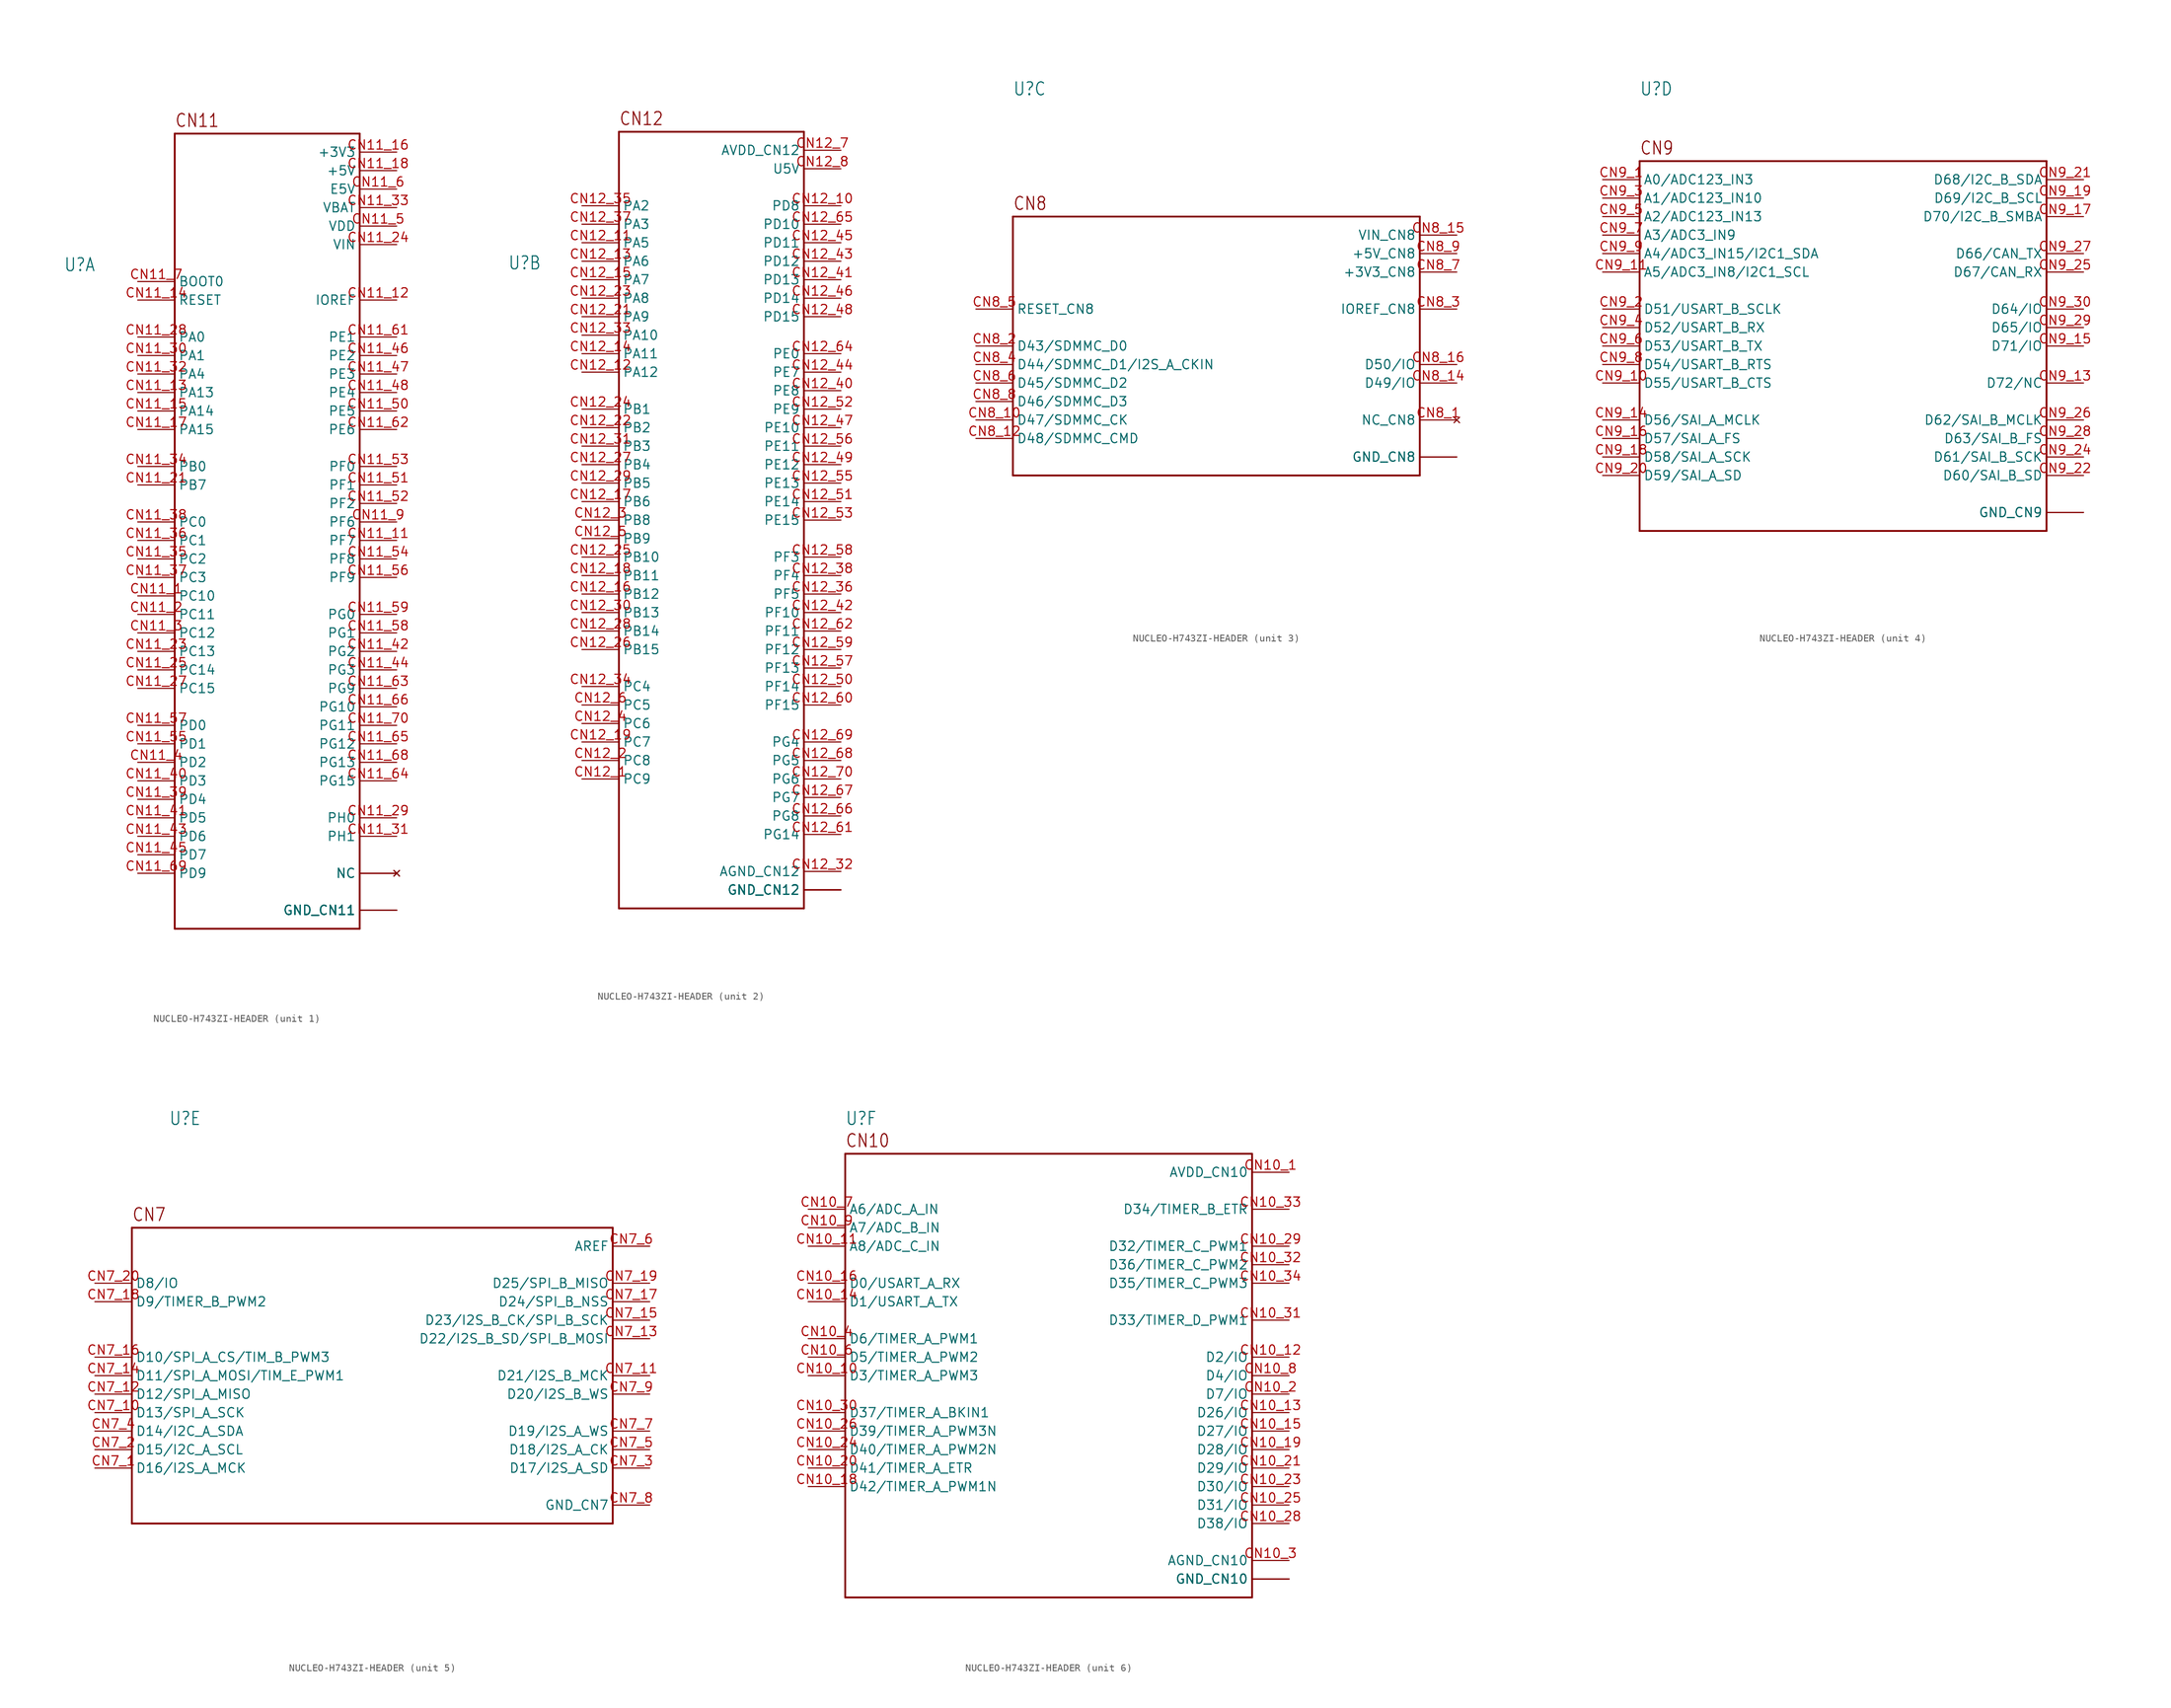
<source format=kicad_sym>
(kicad_symbol_lib
  (version 20220914)
  (generator kicad_symbol_editor)
  (symbol "NUCLEO-H743ZI-HEADER"
    (property "Reference" "U"
      (at -27.94 34.29 0)
      (effects (font (size 1.778 1.511)) (justify left bottom)))
    (property "Value" ""
      (at -27.94 -31.75 0)
      (effects (font (size 1.778 1.511)) (justify left top)))
    (property "ki_locked" ""
      (at 0 0 0)
      (effects (font (size 1.27 1.27))))
    (symbol "NUCLEO-H743ZI-HEADER_1_0"
      (polyline (pts (xy -12.7 -55.88) (xy 12.7 -55.88)) (stroke (width 0.254) (type solid)) (fill (type none)))
      (polyline (pts (xy -12.7 53.34) (xy -12.7 -55.88)) (stroke (width 0.254) (type solid)) (fill (type none)))
      (polyline (pts (xy 12.7 -55.88) (xy 12.7 53.34)) (stroke (width 0.254) (type solid)) (fill (type none)))
      (polyline (pts (xy 12.7 53.34) (xy -12.7 53.34)) (stroke (width 0.254) (type solid)) (fill (type none)))
      (text "CN11" (at -12.7 54.102 0) (effects (font (size 1.778 1.511)) (justify left bottom)))
      (pin bidirectional line (at -17.78 -10.16 0) (length 5.08) (name "PC10" (effects (font (size 1.27 1.27)))) (number "CN11_1" (effects (font (size 1.27 1.27)))))
      (pin no_connect line (at 17.78 -48.26 180) (length 5.08) (name "NC" (effects (font (size 1.27 1.27)))) (number "CN11_10" (effects (font (size 0 0)))))
      (pin bidirectional line (at 17.78 -2.54 180) (length 5.08) (name "PF7" (effects (font (size 1.27 1.27)))) (number "CN11_11" (effects (font (size 1.27 1.27)))))
      (pin bidirectional line (at 17.78 30.48 180) (length 5.08) (name "IOREF" (effects (font (size 1.27 1.27)))) (number "CN11_12" (effects (font (size 1.27 1.27)))))
      (pin bidirectional line (at -17.78 17.78 0) (length 5.08) (name "PA13" (effects (font (size 1.27 1.27)))) (number "CN11_13" (effects (font (size 1.27 1.27)))))
      (pin bidirectional line (at -17.78 30.48 0) (length 5.08) (name "RESET" (effects (font (size 1.27 1.27)))) (number "CN11_14" (effects (font (size 1.27 1.27)))))
      (pin bidirectional line (at -17.78 15.24 0) (length 5.08) (name "PA14" (effects (font (size 1.27 1.27)))) (number "CN11_15" (effects (font (size 1.27 1.27)))))
      (pin power_in line (at 17.78 50.8 180) (length 5.08) (name "+3V3" (effects (font (size 1.27 1.27)))) (number "CN11_16" (effects (font (size 1.27 1.27)))))
      (pin bidirectional line (at -17.78 12.7 0) (length 5.08) (name "PA15" (effects (font (size 1.27 1.27)))) (number "CN11_17" (effects (font (size 1.27 1.27)))))
      (pin power_in line (at 17.78 48.26 180) (length 5.08) (name "+5V" (effects (font (size 1.27 1.27)))) (number "CN11_18" (effects (font (size 1.27 1.27)))))
      (pin power_in line (at 17.78 -53.34 180) (length 5.08) (name "GND_CN11" (effects (font (size 1.27 1.27)))) (number "CN11_19" (effects (font (size 0 0)))))
      (pin bidirectional line (at -17.78 -12.7 0) (length 5.08) (name "PC11" (effects (font (size 1.27 1.27)))) (number "CN11_2" (effects (font (size 1.27 1.27)))))
      (pin power_in line (at 17.78 -53.34 180) (length 5.08) (name "GND_CN11" (effects (font (size 1.27 1.27)))) (number "CN11_20" (effects (font (size 0 0)))))
      (pin bidirectional line (at -17.78 5.08 0) (length 5.08) (name "PB7" (effects (font (size 1.27 1.27)))) (number "CN11_21" (effects (font (size 1.27 1.27)))))
      (pin power_in line (at 17.78 -53.34 180) (length 5.08) (name "GND_CN11" (effects (font (size 1.27 1.27)))) (number "CN11_22" (effects (font (size 0 0)))))
      (pin bidirectional line (at -17.78 -17.78 0) (length 5.08) (name "PC13" (effects (font (size 1.27 1.27)))) (number "CN11_23" (effects (font (size 1.27 1.27)))))
      (pin power_in line (at 17.78 38.1 180) (length 5.08) (name "VIN" (effects (font (size 1.27 1.27)))) (number "CN11_24" (effects (font (size 1.27 1.27)))))
      (pin bidirectional line (at -17.78 -20.32 0) (length 5.08) (name "PC14" (effects (font (size 1.27 1.27)))) (number "CN11_25" (effects (font (size 1.27 1.27)))))
      (pin no_connect line (at 17.78 -48.26 180) (length 5.08) (name "NC" (effects (font (size 1.27 1.27)))) (number "CN11_26" (effects (font (size 0 0)))))
      (pin bidirectional line (at -17.78 -22.86 0) (length 5.08) (name "PC15" (effects (font (size 1.27 1.27)))) (number "CN11_27" (effects (font (size 1.27 1.27)))))
      (pin bidirectional line (at -17.78 25.4 0) (length 5.08) (name "PA0" (effects (font (size 1.27 1.27)))) (number "CN11_28" (effects (font (size 1.27 1.27)))))
      (pin bidirectional line (at 17.78 -40.64 180) (length 5.08) (name "PH0" (effects (font (size 1.27 1.27)))) (number "CN11_29" (effects (font (size 1.27 1.27)))))
      (pin bidirectional line (at -17.78 -15.24 0) (length 5.08) (name "PC12" (effects (font (size 1.27 1.27)))) (number "CN11_3" (effects (font (size 1.27 1.27)))))
      (pin bidirectional line (at -17.78 22.86 0) (length 5.08) (name "PA1" (effects (font (size 1.27 1.27)))) (number "CN11_30" (effects (font (size 1.27 1.27)))))
      (pin bidirectional line (at 17.78 -43.18 180) (length 5.08) (name "PH1" (effects (font (size 1.27 1.27)))) (number "CN11_31" (effects (font (size 1.27 1.27)))))
      (pin bidirectional line (at -17.78 20.32 0) (length 5.08) (name "PA4" (effects (font (size 1.27 1.27)))) (number "CN11_32" (effects (font (size 1.27 1.27)))))
      (pin power_in line (at 17.78 43.18 180) (length 5.08) (name "VBAT" (effects (font (size 1.27 1.27)))) (number "CN11_33" (effects (font (size 1.27 1.27)))))
      (pin bidirectional line (at -17.78 7.62 0) (length 5.08) (name "PB0" (effects (font (size 1.27 1.27)))) (number "CN11_34" (effects (font (size 1.27 1.27)))))
      (pin bidirectional line (at -17.78 -5.08 0) (length 5.08) (name "PC2" (effects (font (size 1.27 1.27)))) (number "CN11_35" (effects (font (size 1.27 1.27)))))
      (pin bidirectional line (at -17.78 -2.54 0) (length 5.08) (name "PC1" (effects (font (size 1.27 1.27)))) (number "CN11_36" (effects (font (size 1.27 1.27)))))
      (pin bidirectional line (at -17.78 -7.62 0) (length 5.08) (name "PC3" (effects (font (size 1.27 1.27)))) (number "CN11_37" (effects (font (size 1.27 1.27)))))
      (pin bidirectional line (at -17.78 0 0) (length 5.08) (name "PC0" (effects (font (size 1.27 1.27)))) (number "CN11_38" (effects (font (size 1.27 1.27)))))
      (pin bidirectional line (at -17.78 -38.1 0) (length 5.08) (name "PD4" (effects (font (size 1.27 1.27)))) (number "CN11_39" (effects (font (size 1.27 1.27)))))
      (pin bidirectional line (at -17.78 -33.02 0) (length 5.08) (name "PD2" (effects (font (size 1.27 1.27)))) (number "CN11_4" (effects (font (size 1.27 1.27)))))
      (pin bidirectional line (at -17.78 -35.56 0) (length 5.08) (name "PD3" (effects (font (size 1.27 1.27)))) (number "CN11_40" (effects (font (size 1.27 1.27)))))
      (pin bidirectional line (at -17.78 -40.64 0) (length 5.08) (name "PD5" (effects (font (size 1.27 1.27)))) (number "CN11_41" (effects (font (size 1.27 1.27)))))
      (pin bidirectional line (at 17.78 -17.78 180) (length 5.08) (name "PG2" (effects (font (size 1.27 1.27)))) (number "CN11_42" (effects (font (size 1.27 1.27)))))
      (pin bidirectional line (at -17.78 -43.18 0) (length 5.08) (name "PD6" (effects (font (size 1.27 1.27)))) (number "CN11_43" (effects (font (size 1.27 1.27)))))
      (pin bidirectional line (at 17.78 -20.32 180) (length 5.08) (name "PG3" (effects (font (size 1.27 1.27)))) (number "CN11_44" (effects (font (size 1.27 1.27)))))
      (pin bidirectional line (at -17.78 -45.72 0) (length 5.08) (name "PD7" (effects (font (size 1.27 1.27)))) (number "CN11_45" (effects (font (size 1.27 1.27)))))
      (pin bidirectional line (at 17.78 22.86 180) (length 5.08) (name "PE2" (effects (font (size 1.27 1.27)))) (number "CN11_46" (effects (font (size 1.27 1.27)))))
      (pin bidirectional line (at 17.78 20.32 180) (length 5.08) (name "PE3" (effects (font (size 1.27 1.27)))) (number "CN11_47" (effects (font (size 1.27 1.27)))))
      (pin bidirectional line (at 17.78 17.78 180) (length 5.08) (name "PE4" (effects (font (size 1.27 1.27)))) (number "CN11_48" (effects (font (size 1.27 1.27)))))
      (pin power_in line (at 17.78 -53.34 180) (length 5.08) (name "GND_CN11" (effects (font (size 1.27 1.27)))) (number "CN11_49" (effects (font (size 0 0)))))
      (pin power_in line (at 17.78 40.64 180) (length 5.08) (name "VDD" (effects (font (size 1.27 1.27)))) (number "CN11_5" (effects (font (size 1.27 1.27)))))
      (pin bidirectional line (at 17.78 15.24 180) (length 5.08) (name "PE5" (effects (font (size 1.27 1.27)))) (number "CN11_50" (effects (font (size 1.27 1.27)))))
      (pin bidirectional line (at 17.78 5.08 180) (length 5.08) (name "PF1" (effects (font (size 1.27 1.27)))) (number "CN11_51" (effects (font (size 1.27 1.27)))))
      (pin bidirectional line (at 17.78 2.54 180) (length 5.08) (name "PF2" (effects (font (size 1.27 1.27)))) (number "CN11_52" (effects (font (size 1.27 1.27)))))
      (pin bidirectional line (at 17.78 7.62 180) (length 5.08) (name "PF0" (effects (font (size 1.27 1.27)))) (number "CN11_53" (effects (font (size 1.27 1.27)))))
      (pin bidirectional line (at 17.78 -5.08 180) (length 5.08) (name "PF8" (effects (font (size 1.27 1.27)))) (number "CN11_54" (effects (font (size 1.27 1.27)))))
      (pin bidirectional line (at -17.78 -30.48 0) (length 5.08) (name "PD1" (effects (font (size 1.27 1.27)))) (number "CN11_55" (effects (font (size 1.27 1.27)))))
      (pin bidirectional line (at 17.78 -7.62 180) (length 5.08) (name "PF9" (effects (font (size 1.27 1.27)))) (number "CN11_56" (effects (font (size 1.27 1.27)))))
      (pin bidirectional line (at -17.78 -27.94 0) (length 5.08) (name "PD0" (effects (font (size 1.27 1.27)))) (number "CN11_57" (effects (font (size 1.27 1.27)))))
      (pin bidirectional line (at 17.78 -15.24 180) (length 5.08) (name "PG1" (effects (font (size 1.27 1.27)))) (number "CN11_58" (effects (font (size 1.27 1.27)))))
      (pin bidirectional line (at 17.78 -12.7 180) (length 5.08) (name "PG0" (effects (font (size 1.27 1.27)))) (number "CN11_59" (effects (font (size 1.27 1.27)))))
      (pin power_in line (at 17.78 45.72 180) (length 5.08) (name "E5V" (effects (font (size 1.27 1.27)))) (number "CN11_6" (effects (font (size 1.27 1.27)))))
      (pin power_in line (at 17.78 -53.34 180) (length 5.08) (name "GND_CN11" (effects (font (size 1.27 1.27)))) (number "CN11_60" (effects (font (size 0 0)))))
      (pin bidirectional line (at 17.78 25.4 180) (length 5.08) (name "PE1" (effects (font (size 1.27 1.27)))) (number "CN11_61" (effects (font (size 1.27 1.27)))))
      (pin bidirectional line (at 17.78 12.7 180) (length 5.08) (name "PE6" (effects (font (size 1.27 1.27)))) (number "CN11_62" (effects (font (size 1.27 1.27)))))
      (pin bidirectional line (at 17.78 -22.86 180) (length 5.08) (name "PG9" (effects (font (size 1.27 1.27)))) (number "CN11_63" (effects (font (size 1.27 1.27)))))
      (pin bidirectional line (at 17.78 -35.56 180) (length 5.08) (name "PG15" (effects (font (size 1.27 1.27)))) (number "CN11_64" (effects (font (size 1.27 1.27)))))
      (pin bidirectional line (at 17.78 -30.48 180) (length 5.08) (name "PG12" (effects (font (size 1.27 1.27)))) (number "CN11_65" (effects (font (size 1.27 1.27)))))
      (pin bidirectional line (at 17.78 -25.4 180) (length 5.08) (name "PG10" (effects (font (size 1.27 1.27)))) (number "CN11_66" (effects (font (size 1.27 1.27)))))
      (pin no_connect line (at 17.78 -48.26 180) (length 5.08) (name "NC" (effects (font (size 1.27 1.27)))) (number "CN11_67" (effects (font (size 0 0)))))
      (pin bidirectional line (at 17.78 -33.02 180) (length 5.08) (name "PG13" (effects (font (size 1.27 1.27)))) (number "CN11_68" (effects (font (size 1.27 1.27)))))
      (pin bidirectional line (at -17.78 -48.26 0) (length 5.08) (name "PD9" (effects (font (size 1.27 1.27)))) (number "CN11_69" (effects (font (size 1.27 1.27)))))
      (pin bidirectional line (at -17.78 33.02 0) (length 5.08) (name "BOOT0" (effects (font (size 1.27 1.27)))) (number "CN11_7" (effects (font (size 1.27 1.27)))))
      (pin bidirectional line (at 17.78 -27.94 180) (length 5.08) (name "PG11" (effects (font (size 1.27 1.27)))) (number "CN11_70" (effects (font (size 1.27 1.27)))))
      (pin power_in line (at 17.78 -53.34 180) (length 5.08) (name "GND_CN11" (effects (font (size 1.27 1.27)))) (number "CN11_71" (effects (font (size 0 0)))))
      (pin power_in line (at 17.78 -53.34 180) (length 5.08) (name "GND_CN11" (effects (font (size 1.27 1.27)))) (number "CN11_72" (effects (font (size 0 0)))))
      (pin power_in line (at 17.78 -53.34 180) (length 5.08) (name "GND_CN11" (effects (font (size 1.27 1.27)))) (number "CN11_8" (effects (font (size 0 0)))))
      (pin bidirectional line (at 17.78 0 180) (length 5.08) (name "PF6" (effects (font (size 1.27 1.27)))) (number "CN11_9" (effects (font (size 1.27 1.27))))))
    (symbol "NUCLEO-H743ZI-HEADER_2_0"
      (polyline (pts (xy -12.7 -53.34) (xy 12.7 -53.34)) (stroke (width 0.254) (type solid)) (fill (type none)))
      (polyline (pts (xy -12.7 53.34) (xy -12.7 -53.34)) (stroke (width 0.254) (type solid)) (fill (type none)))
      (polyline (pts (xy 12.7 -53.34) (xy 12.7 53.34)) (stroke (width 0.254) (type solid)) (fill (type none)))
      (polyline (pts (xy 12.7 53.34) (xy -12.7 53.34)) (stroke (width 0.254) (type solid)) (fill (type none)))
      (text "CN12" (at -12.7 54.102 0) (effects (font (size 1.778 1.511)) (justify left bottom)))
      (pin bidirectional line (at -17.78 -35.56 0) (length 5.08) (name "PC9" (effects (font (size 1.27 1.27)))) (number "CN12_1" (effects (font (size 1.27 1.27)))))
      (pin bidirectional line (at 17.78 43.18 180) (length 5.08) (name "PD8" (effects (font (size 1.27 1.27)))) (number "CN12_10" (effects (font (size 1.27 1.27)))))
      (pin bidirectional line (at -17.78 38.1 0) (length 5.08) (name "PA5" (effects (font (size 1.27 1.27)))) (number "CN12_11" (effects (font (size 1.27 1.27)))))
      (pin bidirectional line (at -17.78 20.32 0) (length 5.08) (name "PA12" (effects (font (size 1.27 1.27)))) (number "CN12_12" (effects (font (size 1.27 1.27)))))
      (pin bidirectional line (at -17.78 35.56 0) (length 5.08) (name "PA6" (effects (font (size 1.27 1.27)))) (number "CN12_13" (effects (font (size 1.27 1.27)))))
      (pin bidirectional line (at -17.78 22.86 0) (length 5.08) (name "PA11" (effects (font (size 1.27 1.27)))) (number "CN12_14" (effects (font (size 1.27 1.27)))))
      (pin bidirectional line (at -17.78 33.02 0) (length 5.08) (name "PA7" (effects (font (size 1.27 1.27)))) (number "CN12_15" (effects (font (size 1.27 1.27)))))
      (pin bidirectional line (at -17.78 -10.16 0) (length 5.08) (name "PB12" (effects (font (size 1.27 1.27)))) (number "CN12_16" (effects (font (size 1.27 1.27)))))
      (pin bidirectional line (at -17.78 2.54 0) (length 5.08) (name "PB6" (effects (font (size 1.27 1.27)))) (number "CN12_17" (effects (font (size 1.27 1.27)))))
      (pin bidirectional line (at -17.78 -7.62 0) (length 5.08) (name "PB11" (effects (font (size 1.27 1.27)))) (number "CN12_18" (effects (font (size 1.27 1.27)))))
      (pin bidirectional line (at -17.78 -30.48 0) (length 5.08) (name "PC7" (effects (font (size 1.27 1.27)))) (number "CN12_19" (effects (font (size 1.27 1.27)))))
      (pin bidirectional line (at -17.78 -33.02 0) (length 5.08) (name "PC8" (effects (font (size 1.27 1.27)))) (number "CN12_2" (effects (font (size 1.27 1.27)))))
      (pin power_in line (at 17.78 -50.8 180) (length 5.08) (name "GND_CN12" (effects (font (size 1.27 1.27)))) (number "CN12_20" (effects (font (size 0 0)))))
      (pin bidirectional line (at -17.78 27.94 0) (length 5.08) (name "PA9" (effects (font (size 1.27 1.27)))) (number "CN12_21" (effects (font (size 1.27 1.27)))))
      (pin bidirectional line (at -17.78 12.7 0) (length 5.08) (name "PB2" (effects (font (size 1.27 1.27)))) (number "CN12_22" (effects (font (size 1.27 1.27)))))
      (pin bidirectional line (at -17.78 30.48 0) (length 5.08) (name "PA8" (effects (font (size 1.27 1.27)))) (number "CN12_23" (effects (font (size 1.27 1.27)))))
      (pin bidirectional line (at -17.78 15.24 0) (length 5.08) (name "PB1" (effects (font (size 1.27 1.27)))) (number "CN12_24" (effects (font (size 1.27 1.27)))))
      (pin bidirectional line (at -17.78 -5.08 0) (length 5.08) (name "PB10" (effects (font (size 1.27 1.27)))) (number "CN12_25" (effects (font (size 1.27 1.27)))))
      (pin bidirectional line (at -17.78 -17.78 0) (length 5.08) (name "PB15" (effects (font (size 1.27 1.27)))) (number "CN12_26" (effects (font (size 1.27 1.27)))))
      (pin bidirectional line (at -17.78 7.62 0) (length 5.08) (name "PB4" (effects (font (size 1.27 1.27)))) (number "CN12_27" (effects (font (size 1.27 1.27)))))
      (pin bidirectional line (at -17.78 -15.24 0) (length 5.08) (name "PB14" (effects (font (size 1.27 1.27)))) (number "CN12_28" (effects (font (size 1.27 1.27)))))
      (pin bidirectional line (at -17.78 5.08 0) (length 5.08) (name "PB5" (effects (font (size 1.27 1.27)))) (number "CN12_29" (effects (font (size 1.27 1.27)))))
      (pin bidirectional line (at -17.78 0 0) (length 5.08) (name "PB8" (effects (font (size 1.27 1.27)))) (number "CN12_3" (effects (font (size 1.27 1.27)))))
      (pin bidirectional line (at -17.78 -12.7 0) (length 5.08) (name "PB13" (effects (font (size 1.27 1.27)))) (number "CN12_30" (effects (font (size 1.27 1.27)))))
      (pin bidirectional line (at -17.78 10.16 0) (length 5.08) (name "PB3" (effects (font (size 1.27 1.27)))) (number "CN12_31" (effects (font (size 1.27 1.27)))))
      (pin power_in line (at 17.78 -48.26 180) (length 5.08) (name "AGND_CN12" (effects (font (size 1.27 1.27)))) (number "CN12_32" (effects (font (size 1.27 1.27)))))
      (pin bidirectional line (at -17.78 25.4 0) (length 5.08) (name "PA10" (effects (font (size 1.27 1.27)))) (number "CN12_33" (effects (font (size 1.27 1.27)))))
      (pin bidirectional line (at -17.78 -22.86 0) (length 5.08) (name "PC4" (effects (font (size 1.27 1.27)))) (number "CN12_34" (effects (font (size 1.27 1.27)))))
      (pin bidirectional line (at -17.78 43.18 0) (length 5.08) (name "PA2" (effects (font (size 1.27 1.27)))) (number "CN12_35" (effects (font (size 1.27 1.27)))))
      (pin bidirectional line (at 17.78 -10.16 180) (length 5.08) (name "PF5" (effects (font (size 1.27 1.27)))) (number "CN12_36" (effects (font (size 1.27 1.27)))))
      (pin bidirectional line (at -17.78 40.64 0) (length 5.08) (name "PA3" (effects (font (size 1.27 1.27)))) (number "CN12_37" (effects (font (size 1.27 1.27)))))
      (pin bidirectional line (at 17.78 -7.62 180) (length 5.08) (name "PF4" (effects (font (size 1.27 1.27)))) (number "CN12_38" (effects (font (size 1.27 1.27)))))
      (pin power_in line (at 17.78 -50.8 180) (length 5.08) (name "GND_CN12" (effects (font (size 1.27 1.27)))) (number "CN12_39" (effects (font (size 0 0)))))
      (pin bidirectional line (at -17.78 -27.94 0) (length 5.08) (name "PC6" (effects (font (size 1.27 1.27)))) (number "CN12_4" (effects (font (size 1.27 1.27)))))
      (pin bidirectional line (at 17.78 17.78 180) (length 5.08) (name "PE8" (effects (font (size 1.27 1.27)))) (number "CN12_40" (effects (font (size 1.27 1.27)))))
      (pin bidirectional line (at 17.78 33.02 180) (length 5.08) (name "PD13" (effects (font (size 1.27 1.27)))) (number "CN12_41" (effects (font (size 1.27 1.27)))))
      (pin bidirectional line (at 17.78 -12.7 180) (length 5.08) (name "PF10" (effects (font (size 1.27 1.27)))) (number "CN12_42" (effects (font (size 1.27 1.27)))))
      (pin bidirectional line (at 17.78 35.56 180) (length 5.08) (name "PD12" (effects (font (size 1.27 1.27)))) (number "CN12_43" (effects (font (size 1.27 1.27)))))
      (pin bidirectional line (at 17.78 20.32 180) (length 5.08) (name "PE7" (effects (font (size 1.27 1.27)))) (number "CN12_44" (effects (font (size 1.27 1.27)))))
      (pin bidirectional line (at 17.78 38.1 180) (length 5.08) (name "PD11" (effects (font (size 1.27 1.27)))) (number "CN12_45" (effects (font (size 1.27 1.27)))))
      (pin bidirectional line (at 17.78 30.48 180) (length 5.08) (name "PD14" (effects (font (size 1.27 1.27)))) (number "CN12_46" (effects (font (size 1.27 1.27)))))
      (pin bidirectional line (at 17.78 12.7 180) (length 5.08) (name "PE10" (effects (font (size 1.27 1.27)))) (number "CN12_47" (effects (font (size 1.27 1.27)))))
      (pin bidirectional line (at 17.78 27.94 180) (length 5.08) (name "PD15" (effects (font (size 1.27 1.27)))) (number "CN12_48" (effects (font (size 1.27 1.27)))))
      (pin bidirectional line (at 17.78 7.62 180) (length 5.08) (name "PE12" (effects (font (size 1.27 1.27)))) (number "CN12_49" (effects (font (size 1.27 1.27)))))
      (pin bidirectional line (at -17.78 -2.54 0) (length 5.08) (name "PB9" (effects (font (size 1.27 1.27)))) (number "CN12_5" (effects (font (size 1.27 1.27)))))
      (pin bidirectional line (at 17.78 -22.86 180) (length 5.08) (name "PF14" (effects (font (size 1.27 1.27)))) (number "CN12_50" (effects (font (size 1.27 1.27)))))
      (pin bidirectional line (at 17.78 2.54 180) (length 5.08) (name "PE14" (effects (font (size 1.27 1.27)))) (number "CN12_51" (effects (font (size 1.27 1.27)))))
      (pin bidirectional line (at 17.78 15.24 180) (length 5.08) (name "PE9" (effects (font (size 1.27 1.27)))) (number "CN12_52" (effects (font (size 1.27 1.27)))))
      (pin bidirectional line (at 17.78 0 180) (length 5.08) (name "PE15" (effects (font (size 1.27 1.27)))) (number "CN12_53" (effects (font (size 1.27 1.27)))))
      (pin power_in line (at 17.78 -50.8 180) (length 5.08) (name "GND_CN12" (effects (font (size 1.27 1.27)))) (number "CN12_54" (effects (font (size 0 0)))))
      (pin bidirectional line (at 17.78 5.08 180) (length 5.08) (name "PE13" (effects (font (size 1.27 1.27)))) (number "CN12_55" (effects (font (size 1.27 1.27)))))
      (pin bidirectional line (at 17.78 10.16 180) (length 5.08) (name "PE11" (effects (font (size 1.27 1.27)))) (number "CN12_56" (effects (font (size 1.27 1.27)))))
      (pin bidirectional line (at 17.78 -20.32 180) (length 5.08) (name "PF13" (effects (font (size 1.27 1.27)))) (number "CN12_57" (effects (font (size 1.27 1.27)))))
      (pin bidirectional line (at 17.78 -5.08 180) (length 5.08) (name "PF3" (effects (font (size 1.27 1.27)))) (number "CN12_58" (effects (font (size 1.27 1.27)))))
      (pin bidirectional line (at 17.78 -17.78 180) (length 5.08) (name "PF12" (effects (font (size 1.27 1.27)))) (number "CN12_59" (effects (font (size 1.27 1.27)))))
      (pin bidirectional line (at -17.78 -25.4 0) (length 5.08) (name "PC5" (effects (font (size 1.27 1.27)))) (number "CN12_6" (effects (font (size 1.27 1.27)))))
      (pin bidirectional line (at 17.78 -25.4 180) (length 5.08) (name "PF15" (effects (font (size 1.27 1.27)))) (number "CN12_60" (effects (font (size 1.27 1.27)))))
      (pin bidirectional line (at 17.78 -43.18 180) (length 5.08) (name "PG14" (effects (font (size 1.27 1.27)))) (number "CN12_61" (effects (font (size 1.27 1.27)))))
      (pin bidirectional line (at 17.78 -15.24 180) (length 5.08) (name "PF11" (effects (font (size 1.27 1.27)))) (number "CN12_62" (effects (font (size 1.27 1.27)))))
      (pin power_in line (at 17.78 -50.8 180) (length 5.08) (name "GND_CN12" (effects (font (size 1.27 1.27)))) (number "CN12_63" (effects (font (size 0 0)))))
      (pin bidirectional line (at 17.78 22.86 180) (length 5.08) (name "PE0" (effects (font (size 1.27 1.27)))) (number "CN12_64" (effects (font (size 1.27 1.27)))))
      (pin bidirectional line (at 17.78 40.64 180) (length 5.08) (name "PD10" (effects (font (size 1.27 1.27)))) (number "CN12_65" (effects (font (size 1.27 1.27)))))
      (pin bidirectional line (at 17.78 -40.64 180) (length 5.08) (name "PG8" (effects (font (size 1.27 1.27)))) (number "CN12_66" (effects (font (size 1.27 1.27)))))
      (pin bidirectional line (at 17.78 -38.1 180) (length 5.08) (name "PG7" (effects (font (size 1.27 1.27)))) (number "CN12_67" (effects (font (size 1.27 1.27)))))
      (pin bidirectional line (at 17.78 -33.02 180) (length 5.08) (name "PG5" (effects (font (size 1.27 1.27)))) (number "CN12_68" (effects (font (size 1.27 1.27)))))
      (pin bidirectional line (at 17.78 -30.48 180) (length 5.08) (name "PG4" (effects (font (size 1.27 1.27)))) (number "CN12_69" (effects (font (size 1.27 1.27)))))
      (pin power_in line (at 17.78 50.8 180) (length 5.08) (name "AVDD_CN12" (effects (font (size 1.27 1.27)))) (number "CN12_7" (effects (font (size 1.27 1.27)))))
      (pin bidirectional line (at 17.78 -35.56 180) (length 5.08) (name "PG6" (effects (font (size 1.27 1.27)))) (number "CN12_70" (effects (font (size 1.27 1.27)))))
      (pin power_in line (at 17.78 -50.8 180) (length 5.08) (name "GND_CN12" (effects (font (size 1.27 1.27)))) (number "CN12_71" (effects (font (size 0 0)))))
      (pin power_in line (at 17.78 -50.8 180) (length 5.08) (name "GND_CN12" (effects (font (size 1.27 1.27)))) (number "CN12_72" (effects (font (size 0 0)))))
      (pin power_in line (at 17.78 48.26 180) (length 5.08) (name "U5V" (effects (font (size 1.27 1.27)))) (number "CN12_8" (effects (font (size 1.27 1.27)))))
      (pin power_in line (at 17.78 -50.8 180) (length 5.08) (name "GND_CN12" (effects (font (size 1.27 1.27)))) (number "CN12_9" (effects (font (size 0 0))))))
    (symbol "NUCLEO-H743ZI-HEADER_3_0"
      (polyline (pts (xy -27.94 -17.78) (xy 27.94 -17.78)) (stroke (width 0.254) (type solid)) (fill (type none)))
      (polyline (pts (xy -27.94 17.78) (xy -27.94 -17.78)) (stroke (width 0.254) (type solid)) (fill (type none)))
      (polyline (pts (xy 27.94 -17.78) (xy 27.94 17.78)) (stroke (width 0.254) (type solid)) (fill (type none)))
      (polyline (pts (xy 27.94 17.78) (xy -27.94 17.78)) (stroke (width 0.254) (type solid)) (fill (type none)))
      (text "CN8" (at -27.94 18.542 0) (effects (font (size 1.778 1.511)) (justify left bottom)))
      (pin no_connect line (at 33.02 -10.16 180) (length 5.08) (name "NC_CN8" (effects (font (size 1.27 1.27)))) (number "CN8_1" (effects (font (size 1.27 1.27)))))
      (pin bidirectional line (at -33.02 -10.16 0) (length 5.08) (name "D47/SDMMC_CK" (effects (font (size 1.27 1.27)))) (number "CN8_10" (effects (font (size 1.27 1.27)))))
      (pin power_in line (at 33.02 -15.24 180) (length 5.08) (name "GND_CN8" (effects (font (size 1.27 1.27)))) (number "CN8_11" (effects (font (size 0 0)))))
      (pin bidirectional line (at -33.02 -12.7 0) (length 5.08) (name "D48/SDMMC_CMD" (effects (font (size 1.27 1.27)))) (number "CN8_12" (effects (font (size 1.27 1.27)))))
      (pin power_in line (at 33.02 -15.24 180) (length 5.08) (name "GND_CN8" (effects (font (size 1.27 1.27)))) (number "CN8_13" (effects (font (size 0 0)))))
      (pin bidirectional line (at 33.02 -5.08 180) (length 5.08) (name "D49/IO" (effects (font (size 1.27 1.27)))) (number "CN8_14" (effects (font (size 1.27 1.27)))))
      (pin power_in line (at 33.02 15.24 180) (length 5.08) (name "VIN_CN8" (effects (font (size 1.27 1.27)))) (number "CN8_15" (effects (font (size 1.27 1.27)))))
      (pin bidirectional line (at 33.02 -2.54 180) (length 5.08) (name "D50/IO" (effects (font (size 1.27 1.27)))) (number "CN8_16" (effects (font (size 1.27 1.27)))))
      (pin bidirectional line (at -33.02 0 0) (length 5.08) (name "D43/SDMMC_D0" (effects (font (size 1.27 1.27)))) (number "CN8_2" (effects (font (size 1.27 1.27)))))
      (pin bidirectional line (at 33.02 5.08 180) (length 5.08) (name "IOREF_CN8" (effects (font (size 1.27 1.27)))) (number "CN8_3" (effects (font (size 1.27 1.27)))))
      (pin bidirectional line (at -33.02 -2.54 0) (length 5.08) (name "D44/SDMMC_D1/I2S_A_CKIN" (effects (font (size 1.27 1.27)))) (number "CN8_4" (effects (font (size 1.27 1.27)))))
      (pin bidirectional line (at -33.02 5.08 0) (length 5.08) (name "RESET_CN8" (effects (font (size 1.27 1.27)))) (number "CN8_5" (effects (font (size 1.27 1.27)))))
      (pin bidirectional line (at -33.02 -5.08 0) (length 5.08) (name "D45/SDMMC_D2" (effects (font (size 1.27 1.27)))) (number "CN8_6" (effects (font (size 1.27 1.27)))))
      (pin power_in line (at 33.02 10.16 180) (length 5.08) (name "+3V3_CN8" (effects (font (size 1.27 1.27)))) (number "CN8_7" (effects (font (size 1.27 1.27)))))
      (pin bidirectional line (at -33.02 -7.62 0) (length 5.08) (name "D46/SDMMC_D3" (effects (font (size 1.27 1.27)))) (number "CN8_8" (effects (font (size 1.27 1.27)))))
      (pin power_in line (at 33.02 12.7 180) (length 5.08) (name "+5V_CN8" (effects (font (size 1.27 1.27)))) (number "CN8_9" (effects (font (size 1.27 1.27))))))
    (symbol "NUCLEO-H743ZI-HEADER_4_0"
      (polyline (pts (xy -27.94 -25.4) (xy 27.94 -25.4)) (stroke (width 0.254) (type solid)) (fill (type none)))
      (polyline (pts (xy -27.94 25.4) (xy -27.94 -25.4)) (stroke (width 0.254) (type solid)) (fill (type none)))
      (polyline (pts (xy 27.94 -25.4) (xy 27.94 25.4)) (stroke (width 0.254) (type solid)) (fill (type none)))
      (polyline (pts (xy 27.94 25.4) (xy -27.94 25.4)) (stroke (width 0.254) (type solid)) (fill (type none)))
      (text "CN9" (at -27.94 26.162 0) (effects (font (size 1.778 1.511)) (justify left bottom)))
      (pin input line (at -33.02 22.86 0) (length 5.08) (name "A0/ADC123_IN3" (effects (font (size 1.27 1.27)))) (number "CN9_1" (effects (font (size 1.27 1.27)))))
      (pin bidirectional line (at -33.02 -5.08 0) (length 5.08) (name "D55/USART_B_CTS" (effects (font (size 1.27 1.27)))) (number "CN9_10" (effects (font (size 1.27 1.27)))))
      (pin input line (at -33.02 10.16 0) (length 5.08) (name "A5/ADC3_IN8/I2C1_SCL" (effects (font (size 1.27 1.27)))) (number "CN9_11" (effects (font (size 1.27 1.27)))))
      (pin power_in line (at 33.02 -22.86 180) (length 5.08) (name "GND_CN9" (effects (font (size 1.27 1.27)))) (number "CN9_12" (effects (font (size 0 0)))))
      (pin bidirectional line (at 33.02 -5.08 180) (length 5.08) (name "D72/NC" (effects (font (size 1.27 1.27)))) (number "CN9_13" (effects (font (size 1.27 1.27)))))
      (pin bidirectional line (at -33.02 -10.16 0) (length 5.08) (name "D56/SAI_A_MCLK" (effects (font (size 1.27 1.27)))) (number "CN9_14" (effects (font (size 1.27 1.27)))))
      (pin bidirectional line (at 33.02 0 180) (length 5.08) (name "D71/IO" (effects (font (size 1.27 1.27)))) (number "CN9_15" (effects (font (size 1.27 1.27)))))
      (pin bidirectional line (at -33.02 -12.7 0) (length 5.08) (name "D57/SAI_A_FS" (effects (font (size 1.27 1.27)))) (number "CN9_16" (effects (font (size 1.27 1.27)))))
      (pin bidirectional line (at 33.02 17.78 180) (length 5.08) (name "D70/I2C_B_SMBA" (effects (font (size 1.27 1.27)))) (number "CN9_17" (effects (font (size 1.27 1.27)))))
      (pin bidirectional line (at -33.02 -15.24 0) (length 5.08) (name "D58/SAI_A_SCK" (effects (font (size 1.27 1.27)))) (number "CN9_18" (effects (font (size 1.27 1.27)))))
      (pin bidirectional line (at 33.02 20.32 180) (length 5.08) (name "D69/I2C_B_SCL" (effects (font (size 1.27 1.27)))) (number "CN9_19" (effects (font (size 1.27 1.27)))))
      (pin bidirectional line (at -33.02 5.08 0) (length 5.08) (name "D51/USART_B_SCLK" (effects (font (size 1.27 1.27)))) (number "CN9_2" (effects (font (size 1.27 1.27)))))
      (pin bidirectional line (at -33.02 -17.78 0) (length 5.08) (name "D59/SAI_A_SD" (effects (font (size 1.27 1.27)))) (number "CN9_20" (effects (font (size 1.27 1.27)))))
      (pin bidirectional line (at 33.02 22.86 180) (length 5.08) (name "D68/I2C_B_SDA" (effects (font (size 1.27 1.27)))) (number "CN9_21" (effects (font (size 1.27 1.27)))))
      (pin bidirectional line (at 33.02 -17.78 180) (length 5.08) (name "D60/SAI_B_SD" (effects (font (size 1.27 1.27)))) (number "CN9_22" (effects (font (size 1.27 1.27)))))
      (pin power_in line (at 33.02 -22.86 180) (length 5.08) (name "GND_CN9" (effects (font (size 1.27 1.27)))) (number "CN9_23" (effects (font (size 0 0)))))
      (pin bidirectional line (at 33.02 -15.24 180) (length 5.08) (name "D61/SAI_B_SCK" (effects (font (size 1.27 1.27)))) (number "CN9_24" (effects (font (size 1.27 1.27)))))
      (pin input line (at 33.02 10.16 180) (length 5.08) (name "D67/CAN_RX" (effects (font (size 1.27 1.27)))) (number "CN9_25" (effects (font (size 1.27 1.27)))))
      (pin bidirectional line (at 33.02 -10.16 180) (length 5.08) (name "D62/SAI_B_MCLK" (effects (font (size 1.27 1.27)))) (number "CN9_26" (effects (font (size 1.27 1.27)))))
      (pin output line (at 33.02 12.7 180) (length 5.08) (name "D66/CAN_TX" (effects (font (size 1.27 1.27)))) (number "CN9_27" (effects (font (size 1.27 1.27)))))
      (pin bidirectional line (at 33.02 -12.7 180) (length 5.08) (name "D63/SAI_B_FS" (effects (font (size 1.27 1.27)))) (number "CN9_28" (effects (font (size 1.27 1.27)))))
      (pin bidirectional line (at 33.02 2.54 180) (length 5.08) (name "D65/IO" (effects (font (size 1.27 1.27)))) (number "CN9_29" (effects (font (size 1.27 1.27)))))
      (pin input line (at -33.02 20.32 0) (length 5.08) (name "A1/ADC123_IN10" (effects (font (size 1.27 1.27)))) (number "CN9_3" (effects (font (size 1.27 1.27)))))
      (pin bidirectional line (at 33.02 5.08 180) (length 5.08) (name "D64/IO" (effects (font (size 1.27 1.27)))) (number "CN9_30" (effects (font (size 1.27 1.27)))))
      (pin bidirectional line (at -33.02 2.54 0) (length 5.08) (name "D52/USART_B_RX" (effects (font (size 1.27 1.27)))) (number "CN9_4" (effects (font (size 1.27 1.27)))))
      (pin input line (at -33.02 17.78 0) (length 5.08) (name "A2/ADC123_IN13" (effects (font (size 1.27 1.27)))) (number "CN9_5" (effects (font (size 1.27 1.27)))))
      (pin bidirectional line (at -33.02 0 0) (length 5.08) (name "D53/USART_B_TX" (effects (font (size 1.27 1.27)))) (number "CN9_6" (effects (font (size 1.27 1.27)))))
      (pin input line (at -33.02 15.24 0) (length 5.08) (name "A3/ADC3_IN9" (effects (font (size 1.27 1.27)))) (number "CN9_7" (effects (font (size 1.27 1.27)))))
      (pin bidirectional line (at -33.02 -2.54 0) (length 5.08) (name "D54/USART_B_RTS" (effects (font (size 1.27 1.27)))) (number "CN9_8" (effects (font (size 1.27 1.27)))))
      (pin input line (at -33.02 12.7 0) (length 5.08) (name "A4/ADC3_IN15/I2C1_SDA" (effects (font (size 1.27 1.27)))) (number "CN9_9" (effects (font (size 1.27 1.27))))))
    (symbol "NUCLEO-H743ZI-HEADER_5_0"
      (polyline (pts (xy -33.02 -20.32) (xy 33.02 -20.32)) (stroke (width 0.254) (type solid)) (fill (type none)))
      (polyline (pts (xy -33.02 20.32) (xy -33.02 -20.32)) (stroke (width 0.254) (type solid)) (fill (type none)))
      (polyline (pts (xy 33.02 -20.32) (xy 33.02 20.32)) (stroke (width 0.254) (type solid)) (fill (type none)))
      (polyline (pts (xy 33.02 20.32) (xy -33.02 20.32)) (stroke (width 0.254) (type solid)) (fill (type none)))
      (text "CN7" (at -33.02 21.082 0) (effects (font (size 1.778 1.511)) (justify left bottom)))
      (pin bidirectional line (at -38.1 -12.7 0) (length 5.08) (name "D16/I2S_A_MCK" (effects (font (size 1.27 1.27)))) (number "CN7_1" (effects (font (size 1.27 1.27)))))
      (pin bidirectional line (at -38.1 -5.08 0) (length 5.08) (name "D13/SPI_A_SCK" (effects (font (size 1.27 1.27)))) (number "CN7_10" (effects (font (size 1.27 1.27)))))
      (pin bidirectional line (at 38.1 0 180) (length 5.08) (name "D21/I2S_B_MCK" (effects (font (size 1.27 1.27)))) (number "CN7_11" (effects (font (size 1.27 1.27)))))
      (pin bidirectional line (at -38.1 -2.54 0) (length 5.08) (name "D12/SPI_A_MISO" (effects (font (size 1.27 1.27)))) (number "CN7_12" (effects (font (size 1.27 1.27)))))
      (pin bidirectional line (at 38.1 5.08 180) (length 5.08) (name "D22/I2S_B_SD/SPI_B_MOSI" (effects (font (size 1.27 1.27)))) (number "CN7_13" (effects (font (size 1.27 1.27)))))
      (pin bidirectional line (at -38.1 0 0) (length 5.08) (name "D11/SPI_A_MOSI/TIM_E_PWM1" (effects (font (size 1.27 1.27)))) (number "CN7_14" (effects (font (size 1.27 1.27)))))
      (pin bidirectional line (at 38.1 7.62 180) (length 5.08) (name "D23/I2S_B_CK/SPI_B_SCK" (effects (font (size 1.27 1.27)))) (number "CN7_15" (effects (font (size 1.27 1.27)))))
      (pin bidirectional line (at -38.1 2.54 0) (length 5.08) (name "D10/SPI_A_CS/TIM_B_PWM3" (effects (font (size 1.27 1.27)))) (number "CN7_16" (effects (font (size 1.27 1.27)))))
      (pin bidirectional line (at 38.1 10.16 180) (length 5.08) (name "D24/SPI_B_NSS" (effects (font (size 1.27 1.27)))) (number "CN7_17" (effects (font (size 1.27 1.27)))))
      (pin bidirectional line (at -38.1 10.16 0) (length 5.08) (name "D9/TIMER_B_PWM2" (effects (font (size 1.27 1.27)))) (number "CN7_18" (effects (font (size 1.27 1.27)))))
      (pin bidirectional line (at 38.1 12.7 180) (length 5.08) (name "D25/SPI_B_MISO" (effects (font (size 1.27 1.27)))) (number "CN7_19" (effects (font (size 1.27 1.27)))))
      (pin bidirectional line (at -38.1 -10.16 0) (length 5.08) (name "D15/I2C_A_SCL" (effects (font (size 1.27 1.27)))) (number "CN7_2" (effects (font (size 1.27 1.27)))))
      (pin bidirectional line (at -38.1 12.7 0) (length 5.08) (name "D8/IO" (effects (font (size 1.27 1.27)))) (number "CN7_20" (effects (font (size 1.27 1.27)))))
      (pin bidirectional line (at 38.1 -12.7 180) (length 5.08) (name "D17/I2S_A_SD" (effects (font (size 1.27 1.27)))) (number "CN7_3" (effects (font (size 1.27 1.27)))))
      (pin bidirectional line (at -38.1 -7.62 0) (length 5.08) (name "D14/I2C_A_SDA" (effects (font (size 1.27 1.27)))) (number "CN7_4" (effects (font (size 1.27 1.27)))))
      (pin bidirectional line (at 38.1 -10.16 180) (length 5.08) (name "D18/I2S_A_CK" (effects (font (size 1.27 1.27)))) (number "CN7_5" (effects (font (size 1.27 1.27)))))
      (pin power_in line (at 38.1 17.78 180) (length 5.08) (name "AREF" (effects (font (size 1.27 1.27)))) (number "CN7_6" (effects (font (size 1.27 1.27)))))
      (pin bidirectional line (at 38.1 -7.62 180) (length 5.08) (name "D19/I2S_A_WS" (effects (font (size 1.27 1.27)))) (number "CN7_7" (effects (font (size 1.27 1.27)))))
      (pin power_in line (at 38.1 -17.78 180) (length 5.08) (name "GND_CN7" (effects (font (size 1.27 1.27)))) (number "CN7_8" (effects (font (size 1.27 1.27)))))
      (pin bidirectional line (at 38.1 -2.54 180) (length 5.08) (name "D20/I2S_B_WS" (effects (font (size 1.27 1.27)))) (number "CN7_9" (effects (font (size 1.27 1.27))))))
    (symbol "NUCLEO-H743ZI-HEADER_6_0"
      (polyline (pts (xy -27.94 -30.48) (xy 27.94 -30.48)) (stroke (width 0.254) (type solid)) (fill (type none)))
      (polyline (pts (xy -27.94 30.48) (xy -27.94 -30.48)) (stroke (width 0.254) (type solid)) (fill (type none)))
      (polyline (pts (xy 27.94 -30.48) (xy 27.94 30.48)) (stroke (width 0.254) (type solid)) (fill (type none)))
      (polyline (pts (xy 27.94 30.48) (xy -27.94 30.48)) (stroke (width 0.254) (type solid)) (fill (type none)))
      (text "CN10" (at -27.94 31.242 0) (effects (font (size 1.778 1.511)) (justify left bottom)))
      (pin power_in line (at 33.02 27.94 180) (length 5.08) (name "AVDD_CN10" (effects (font (size 1.27 1.27)))) (number "CN10_1" (effects (font (size 1.27 1.27)))))
      (pin bidirectional line (at -33.02 0 0) (length 5.08) (name "D3/TIMER_A_PWM3" (effects (font (size 1.27 1.27)))) (number "CN10_10" (effects (font (size 1.27 1.27)))))
      (pin input line (at -33.02 17.78 0) (length 5.08) (name "A8/ADC_C_IN" (effects (font (size 1.27 1.27)))) (number "CN10_11" (effects (font (size 1.27 1.27)))))
      (pin bidirectional line (at 33.02 2.54 180) (length 5.08) (name "D2/IO" (effects (font (size 1.27 1.27)))) (number "CN10_12" (effects (font (size 1.27 1.27)))))
      (pin bidirectional line (at 33.02 -5.08 180) (length 5.08) (name "D26/IO" (effects (font (size 1.27 1.27)))) (number "CN10_13" (effects (font (size 1.27 1.27)))))
      (pin output line (at -33.02 10.16 0) (length 5.08) (name "D1/USART_A_TX" (effects (font (size 1.27 1.27)))) (number "CN10_14" (effects (font (size 1.27 1.27)))))
      (pin bidirectional line (at 33.02 -7.62 180) (length 5.08) (name "D27/IO" (effects (font (size 1.27 1.27)))) (number "CN10_15" (effects (font (size 1.27 1.27)))))
      (pin input line (at -33.02 12.7 0) (length 5.08) (name "D0/USART_A_RX" (effects (font (size 1.27 1.27)))) (number "CN10_16" (effects (font (size 1.27 1.27)))))
      (pin power_in line (at 33.02 -27.94 180) (length 5.08) (name "GND_CN10" (effects (font (size 1.27 1.27)))) (number "CN10_17" (effects (font (size 0 0)))))
      (pin bidirectional line (at -33.02 -15.24 0) (length 5.08) (name "D42/TIMER_A_PWM1N" (effects (font (size 1.27 1.27)))) (number "CN10_18" (effects (font (size 1.27 1.27)))))
      (pin bidirectional line (at 33.02 -10.16 180) (length 5.08) (name "D28/IO" (effects (font (size 1.27 1.27)))) (number "CN10_19" (effects (font (size 1.27 1.27)))))
      (pin bidirectional line (at 33.02 -2.54 180) (length 5.08) (name "D7/IO" (effects (font (size 1.27 1.27)))) (number "CN10_2" (effects (font (size 1.27 1.27)))))
      (pin bidirectional line (at -33.02 -12.7 0) (length 5.08) (name "D41/TIMER_A_ETR" (effects (font (size 1.27 1.27)))) (number "CN10_20" (effects (font (size 1.27 1.27)))))
      (pin bidirectional line (at 33.02 -12.7 180) (length 5.08) (name "D29/IO" (effects (font (size 1.27 1.27)))) (number "CN10_21" (effects (font (size 1.27 1.27)))))
      (pin power_in line (at 33.02 -27.94 180) (length 5.08) (name "GND_CN10" (effects (font (size 1.27 1.27)))) (number "CN10_22" (effects (font (size 0 0)))))
      (pin bidirectional line (at 33.02 -15.24 180) (length 5.08) (name "D30/IO" (effects (font (size 1.27 1.27)))) (number "CN10_23" (effects (font (size 1.27 1.27)))))
      (pin bidirectional line (at -33.02 -10.16 0) (length 5.08) (name "D40/TIMER_A_PWM2N" (effects (font (size 1.27 1.27)))) (number "CN10_24" (effects (font (size 1.27 1.27)))))
      (pin bidirectional line (at 33.02 -17.78 180) (length 5.08) (name "D31/IO" (effects (font (size 1.27 1.27)))) (number "CN10_25" (effects (font (size 1.27 1.27)))))
      (pin bidirectional line (at -33.02 -7.62 0) (length 5.08) (name "D39/TIMER_A_PWM3N" (effects (font (size 1.27 1.27)))) (number "CN10_26" (effects (font (size 1.27 1.27)))))
      (pin power_in line (at 33.02 -27.94 180) (length 5.08) (name "GND_CN10" (effects (font (size 1.27 1.27)))) (number "CN10_27" (effects (font (size 0 0)))))
      (pin bidirectional line (at 33.02 -20.32 180) (length 5.08) (name "D38/IO" (effects (font (size 1.27 1.27)))) (number "CN10_28" (effects (font (size 1.27 1.27)))))
      (pin bidirectional line (at 33.02 17.78 180) (length 5.08) (name "D32/TIMER_C_PWM1" (effects (font (size 1.27 1.27)))) (number "CN10_29" (effects (font (size 1.27 1.27)))))
      (pin power_in line (at 33.02 -25.4 180) (length 5.08) (name "AGND_CN10" (effects (font (size 1.27 1.27)))) (number "CN10_3" (effects (font (size 1.27 1.27)))))
      (pin bidirectional line (at -33.02 -5.08 0) (length 5.08) (name "D37/TIMER_A_BKIN1" (effects (font (size 1.27 1.27)))) (number "CN10_30" (effects (font (size 1.27 1.27)))))
      (pin bidirectional line (at 33.02 7.62 180) (length 5.08) (name "D33/TIMER_D_PWM1" (effects (font (size 1.27 1.27)))) (number "CN10_31" (effects (font (size 1.27 1.27)))))
      (pin bidirectional line (at 33.02 15.24 180) (length 5.08) (name "D36/TIMER_C_PWM2" (effects (font (size 1.27 1.27)))) (number "CN10_32" (effects (font (size 1.27 1.27)))))
      (pin bidirectional line (at 33.02 22.86 180) (length 5.08) (name "D34/TIMER_B_ETR" (effects (font (size 1.27 1.27)))) (number "CN10_33" (effects (font (size 1.27 1.27)))))
      (pin bidirectional line (at 33.02 12.7 180) (length 5.08) (name "D35/TIMER_C_PWM3" (effects (font (size 1.27 1.27)))) (number "CN10_34" (effects (font (size 1.27 1.27)))))
      (pin bidirectional line (at -33.02 5.08 0) (length 5.08) (name "D6/TIMER_A_PWM1" (effects (font (size 1.27 1.27)))) (number "CN10_4" (effects (font (size 1.27 1.27)))))
      (pin power_in line (at 33.02 -27.94 180) (length 5.08) (name "GND_CN10" (effects (font (size 1.27 1.27)))) (number "CN10_5" (effects (font (size 0 0)))))
      (pin bidirectional line (at -33.02 2.54 0) (length 5.08) (name "D5/TIMER_A_PWM2" (effects (font (size 1.27 1.27)))) (number "CN10_6" (effects (font (size 1.27 1.27)))))
      (pin input line (at -33.02 22.86 0) (length 5.08) (name "A6/ADC_A_IN" (effects (font (size 1.27 1.27)))) (number "CN10_7" (effects (font (size 1.27 1.27)))))
      (pin bidirectional line (at 33.02 0 180) (length 5.08) (name "D4/IO" (effects (font (size 1.27 1.27)))) (number "CN10_8" (effects (font (size 1.27 1.27)))))
      (pin input line (at -33.02 20.32 0) (length 5.08) (name "A7/ADC_B_IN" (effects (font (size 1.27 1.27)))) (number "CN10_9" (effects (font (size 1.27 1.27))))))))
</source>
